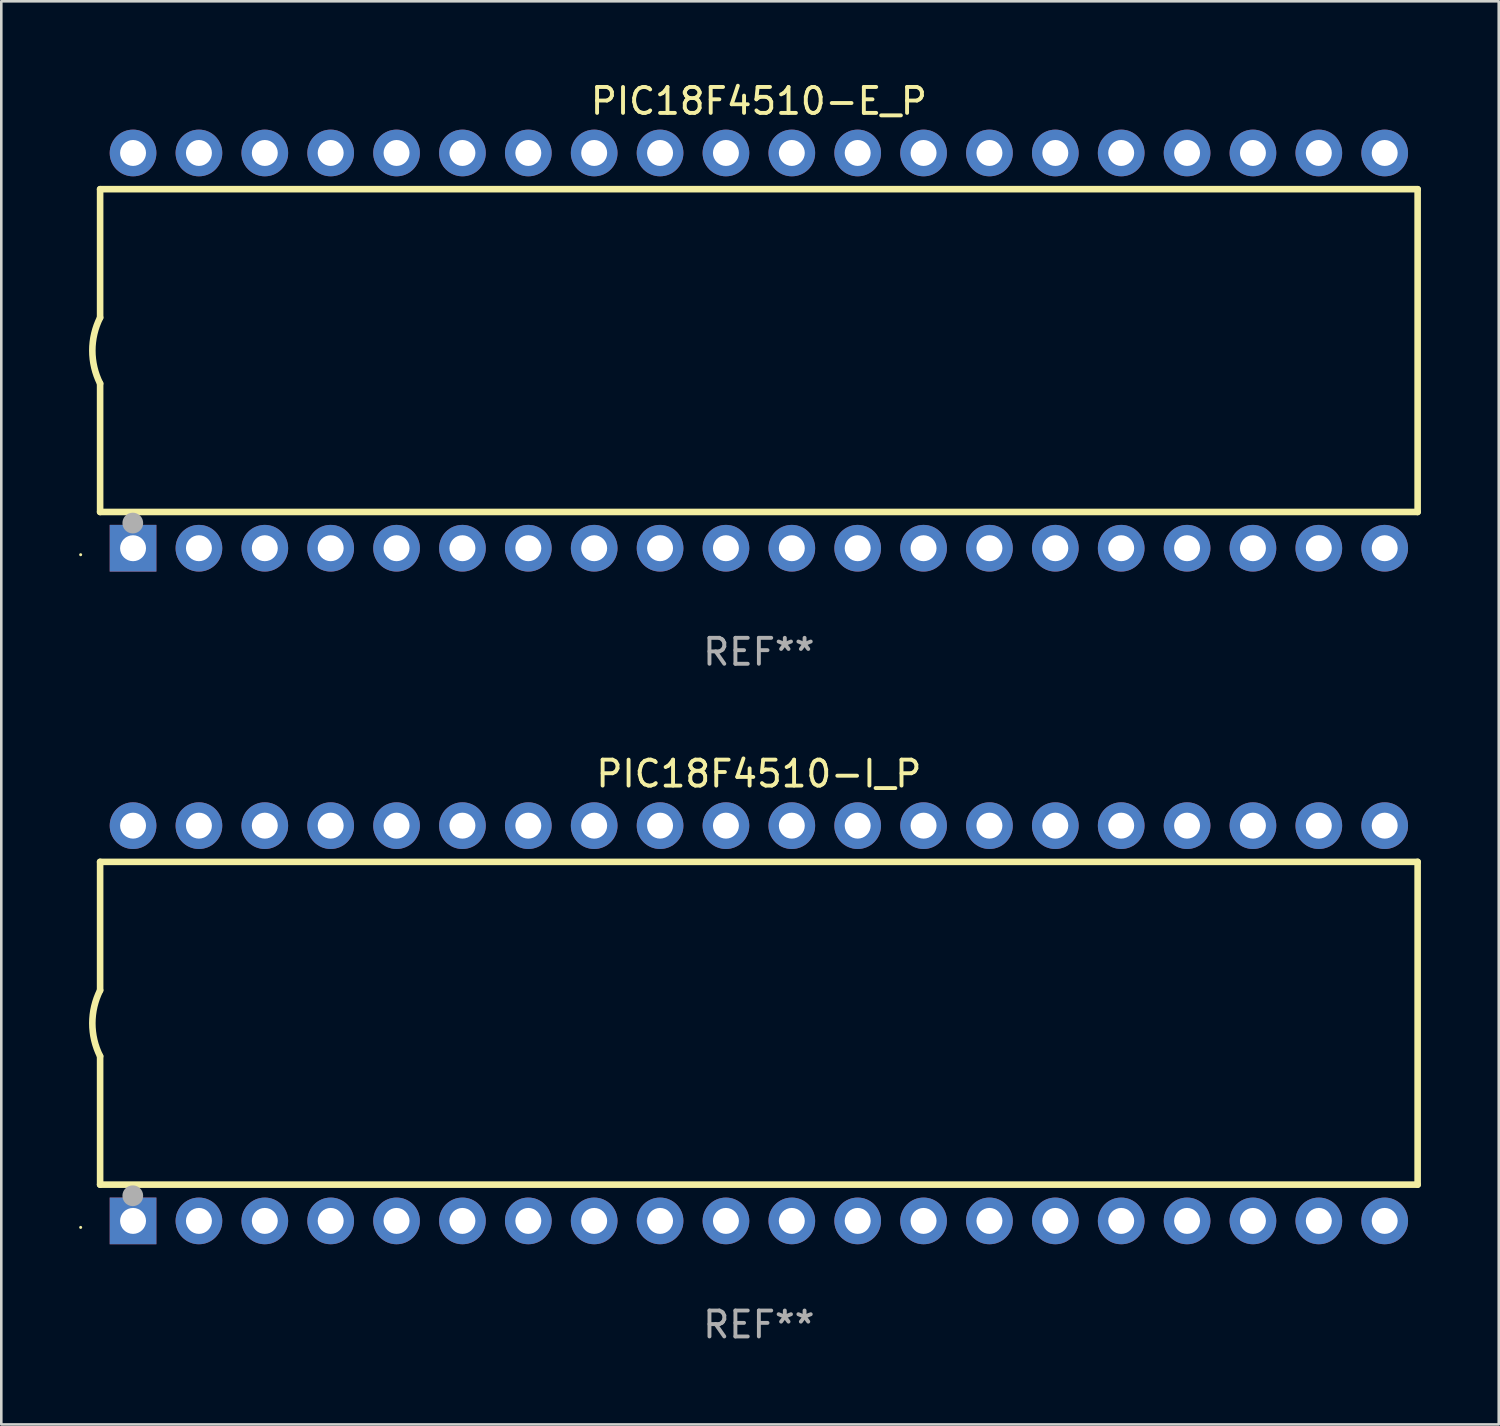
<source format=kicad_pcb>
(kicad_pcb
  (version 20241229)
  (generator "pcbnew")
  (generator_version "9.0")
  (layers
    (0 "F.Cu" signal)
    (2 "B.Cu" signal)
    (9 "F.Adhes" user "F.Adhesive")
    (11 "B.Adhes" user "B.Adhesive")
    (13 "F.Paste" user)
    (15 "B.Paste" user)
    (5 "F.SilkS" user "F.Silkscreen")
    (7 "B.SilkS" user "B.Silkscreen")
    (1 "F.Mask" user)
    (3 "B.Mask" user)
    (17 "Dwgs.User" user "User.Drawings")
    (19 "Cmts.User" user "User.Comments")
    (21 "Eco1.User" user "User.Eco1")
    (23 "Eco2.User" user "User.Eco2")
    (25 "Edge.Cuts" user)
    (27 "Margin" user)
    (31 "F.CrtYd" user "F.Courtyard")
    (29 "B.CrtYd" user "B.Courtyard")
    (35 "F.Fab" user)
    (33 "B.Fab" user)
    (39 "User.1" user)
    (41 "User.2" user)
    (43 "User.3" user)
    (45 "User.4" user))
  (footprint "PIC18F4510-E_P"
    (layer "F.Cu")
    (at 26.21 10.468)
    (property "Reference" "PIC18F4510-E_P" (at 0 -9.62 0) (layer "F.SilkS") (effects (font (size 1 1) (thickness 0.15))))
    (attr through_hole)
    (fp_line (start -25.4 -6.224) (end -25.4 -1.271) (stroke (width 0.254) (type solid)) (layer "F.SilkS"))
    (fp_line (start -25.4 -6.224) (end 25.4 -6.224) (stroke (width 0.254) (type solid)) (layer "F.SilkS"))
    (fp_line (start -25.4 1.269) (end -25.4 6.222) (stroke (width 0.254) (type solid)) (layer "F.SilkS"))
    (fp_line (start -25.4 6.222) (end 25.4 6.222) (stroke (width 0.254) (type solid)) (layer "F.SilkS"))
    (fp_line (start 25.4 6.222) (end 25.4 -6.224) (stroke (width 0.254) (type solid)) (layer "F.SilkS"))
    (fp_arc (start -25.4 1.269241) (mid -25.699807 -0.000762) (end -25.4 -1.270765) (stroke (width 0.254001) (type solid)) (layer "F.SilkS"))
    (fp_circle (center -26.15 7.87) (end -26.12 7.87) (stroke (width 0.06) (type solid)) (fill no) (layer "F.SilkS"))
    (fp_circle (center -24.14 6.65) (end -23.94 6.65) (stroke (width 0.4) (type solid)) (fill no) (layer "F.Fab"))
    (fp_text user "REF**" (at 0 11.62 0) (layer "F.Fab") (effects (font (size 1 1) (thickness 0.15))))
    (pad "1" thru_hole rect (at -24.13 7.62 90) (size 1.8 1.8) (drill 1) (layers "*.Cu" "*.Mask"))
    (pad "2" thru_hole circle (at -21.59 7.62) (size 1.8 1.8) (drill 1) (layers "*.Cu" "*.Mask"))
    (pad "3" thru_hole circle (at -19.05 7.62) (size 1.8 1.8) (drill 1) (layers "*.Cu" "*.Mask"))
    (pad "4" thru_hole circle (at -16.51 7.62) (size 1.8 1.8) (drill 1) (layers "*.Cu" "*.Mask"))
    (pad "5" thru_hole circle (at -13.97 7.62) (size 1.8 1.8) (drill 1) (layers "*.Cu" "*.Mask"))
    (pad "6" thru_hole circle (at -11.43 7.62) (size 1.8 1.8) (drill 1) (layers "*.Cu" "*.Mask"))
    (pad "7" thru_hole circle (at -8.89 7.62) (size 1.8 1.8) (drill 1) (layers "*.Cu" "*.Mask"))
    (pad "8" thru_hole circle (at -6.35 7.62) (size 1.8 1.8) (drill 1) (layers "*.Cu" "*.Mask"))
    (pad "9" thru_hole circle (at -3.81 7.62) (size 1.8 1.8) (drill 1) (layers "*.Cu" "*.Mask"))
    (pad "10" thru_hole circle (at -1.27 7.62) (size 1.8 1.8) (drill 1) (layers "*.Cu" "*.Mask"))
    (pad "11" thru_hole circle (at 1.27 7.62) (size 1.8 1.8) (drill 1) (layers "*.Cu" "*.Mask"))
    (pad "12" thru_hole circle (at 3.81 7.62) (size 1.8 1.8) (drill 1) (layers "*.Cu" "*.Mask"))
    (pad "13" thru_hole circle (at 6.35 7.62) (size 1.8 1.8) (drill 1) (layers "*.Cu" "*.Mask"))
    (pad "14" thru_hole circle (at 8.89 7.62) (size 1.8 1.8) (drill 1) (layers "*.Cu" "*.Mask"))
    (pad "15" thru_hole circle (at 11.43 7.62) (size 1.8 1.8) (drill 1) (layers "*.Cu" "*.Mask"))
    (pad "16" thru_hole circle (at 13.97 7.62) (size 1.8 1.8) (drill 1) (layers "*.Cu" "*.Mask"))
    (pad "17" thru_hole circle (at 16.51 7.62) (size 1.8 1.8) (drill 1) (layers "*.Cu" "*.Mask"))
    (pad "18" thru_hole circle (at 19.05 7.62) (size 1.8 1.8) (drill 1) (layers "*.Cu" "*.Mask"))
    (pad "19" thru_hole circle (at 21.59 7.62) (size 1.8 1.8) (drill 1) (layers "*.Cu" "*.Mask"))
    (pad "20" thru_hole circle (at 24.13 7.62) (size 1.8 1.8) (drill 1) (layers "*.Cu" "*.Mask"))
    (pad "21" thru_hole circle (at 24.13 -7.62) (size 1.8 1.8) (drill 1) (layers "*.Cu" "*.Mask"))
    (pad "22" thru_hole circle (at 21.59 -7.62) (size 1.8 1.8) (drill 1) (layers "*.Cu" "*.Mask"))
    (pad "23" thru_hole circle (at 19.05 -7.62) (size 1.8 1.8) (drill 1) (layers "*.Cu" "*.Mask"))
    (pad "24" thru_hole circle (at 16.51 -7.62) (size 1.8 1.8) (drill 1) (layers "*.Cu" "*.Mask"))
    (pad "25" thru_hole circle (at 13.97 -7.62) (size 1.8 1.8) (drill 1) (layers "*.Cu" "*.Mask"))
    (pad "26" thru_hole circle (at 11.43 -7.62) (size 1.8 1.8) (drill 1) (layers "*.Cu" "*.Mask"))
    (pad "27" thru_hole circle (at 8.89 -7.62) (size 1.8 1.8) (drill 1) (layers "*.Cu" "*.Mask"))
    (pad "28" thru_hole circle (at 6.35 -7.62) (size 1.8 1.8) (drill 1) (layers "*.Cu" "*.Mask"))
    (pad "29" thru_hole circle (at 3.81 -7.62) (size 1.8 1.8) (drill 1) (layers "*.Cu" "*.Mask"))
    (pad "30" thru_hole circle (at 1.27 -7.62) (size 1.8 1.8) (drill 1) (layers "*.Cu" "*.Mask"))
    (pad "31" thru_hole circle (at -1.27 -7.62) (size 1.8 1.8) (drill 1) (layers "*.Cu" "*.Mask"))
    (pad "32" thru_hole circle (at -3.81 -7.62) (size 1.8 1.8) (drill 1) (layers "*.Cu" "*.Mask"))
    (pad "33" thru_hole circle (at -6.35 -7.62) (size 1.8 1.8) (drill 1) (layers "*.Cu" "*.Mask"))
    (pad "34" thru_hole circle (at -8.89 -7.62) (size 1.8 1.8) (drill 1) (layers "*.Cu" "*.Mask"))
    (pad "35" thru_hole circle (at -11.43 -7.62) (size 1.8 1.8) (drill 1) (layers "*.Cu" "*.Mask"))
    (pad "36" thru_hole circle (at -13.97 -7.62) (size 1.8 1.8) (drill 1) (layers "*.Cu" "*.Mask"))
    (pad "37" thru_hole circle (at -16.51 -7.62) (size 1.8 1.8) (drill 1) (layers "*.Cu" "*.Mask"))
    (pad "38" thru_hole circle (at -19.05 -7.62) (size 1.8 1.8) (drill 1) (layers "*.Cu" "*.Mask"))
    (pad "39" thru_hole circle (at -21.59 -7.62) (size 1.8 1.8) (drill 1) (layers "*.Cu" "*.Mask"))
    (pad "40" thru_hole circle (at -24.13 -7.62) (size 1.8 1.8) (drill 1) (layers "*.Cu" "*.Mask")))
  (footprint "PIC18F4510-I_P"
    (layer "F.Cu")
    (at 26.21 36.405)
    (property "Reference" "PIC18F4510-I_P" (at 0 -9.62 0) (layer "F.SilkS") (effects (font (size 1 1) (thickness 0.15))))
    (attr through_hole)
    (fp_line (start -25.4 -6.224) (end -25.4 -1.271) (stroke (width 0.254) (type solid)) (layer "F.SilkS"))
    (fp_line (start -25.4 -6.224) (end 25.4 -6.224) (stroke (width 0.254) (type solid)) (layer "F.SilkS"))
    (fp_line (start -25.4 1.269) (end -25.4 6.222) (stroke (width 0.254) (type solid)) (layer "F.SilkS"))
    (fp_line (start -25.4 6.222) (end 25.4 6.222) (stroke (width 0.254) (type solid)) (layer "F.SilkS"))
    (fp_line (start 25.4 6.222) (end 25.4 -6.224) (stroke (width 0.254) (type solid)) (layer "F.SilkS"))
    (fp_arc (start -25.4 1.269241) (mid -25.699807 -0.000762) (end -25.4 -1.270765) (stroke (width 0.254001) (type solid)) (layer "F.SilkS"))
    (fp_circle (center -26.15 7.87) (end -26.12 7.87) (stroke (width 0.06) (type solid)) (fill no) (layer "F.SilkS"))
    (fp_circle (center -24.14 6.65) (end -23.94 6.65) (stroke (width 0.4) (type solid)) (fill no) (layer "F.Fab"))
    (fp_text user "REF**" (at 0 11.62 0) (layer "F.Fab") (effects (font (size 1 1) (thickness 0.15))))
    (pad "1" thru_hole rect (at -24.13 7.62 90) (size 1.8 1.8) (drill 1) (layers "*.Cu" "*.Mask"))
    (pad "2" thru_hole circle (at -21.59 7.62) (size 1.8 1.8) (drill 1) (layers "*.Cu" "*.Mask"))
    (pad "3" thru_hole circle (at -19.05 7.62) (size 1.8 1.8) (drill 1) (layers "*.Cu" "*.Mask"))
    (pad "4" thru_hole circle (at -16.51 7.62) (size 1.8 1.8) (drill 1) (layers "*.Cu" "*.Mask"))
    (pad "5" thru_hole circle (at -13.97 7.62) (size 1.8 1.8) (drill 1) (layers "*.Cu" "*.Mask"))
    (pad "6" thru_hole circle (at -11.43 7.62) (size 1.8 1.8) (drill 1) (layers "*.Cu" "*.Mask"))
    (pad "7" thru_hole circle (at -8.89 7.62) (size 1.8 1.8) (drill 1) (layers "*.Cu" "*.Mask"))
    (pad "8" thru_hole circle (at -6.35 7.62) (size 1.8 1.8) (drill 1) (layers "*.Cu" "*.Mask"))
    (pad "9" thru_hole circle (at -3.81 7.62) (size 1.8 1.8) (drill 1) (layers "*.Cu" "*.Mask"))
    (pad "10" thru_hole circle (at -1.27 7.62) (size 1.8 1.8) (drill 1) (layers "*.Cu" "*.Mask"))
    (pad "11" thru_hole circle (at 1.27 7.62) (size 1.8 1.8) (drill 1) (layers "*.Cu" "*.Mask"))
    (pad "12" thru_hole circle (at 3.81 7.62) (size 1.8 1.8) (drill 1) (layers "*.Cu" "*.Mask"))
    (pad "13" thru_hole circle (at 6.35 7.62) (size 1.8 1.8) (drill 1) (layers "*.Cu" "*.Mask"))
    (pad "14" thru_hole circle (at 8.89 7.62) (size 1.8 1.8) (drill 1) (layers "*.Cu" "*.Mask"))
    (pad "15" thru_hole circle (at 11.43 7.62) (size 1.8 1.8) (drill 1) (layers "*.Cu" "*.Mask"))
    (pad "16" thru_hole circle (at 13.97 7.62) (size 1.8 1.8) (drill 1) (layers "*.Cu" "*.Mask"))
    (pad "17" thru_hole circle (at 16.51 7.62) (size 1.8 1.8) (drill 1) (layers "*.Cu" "*.Mask"))
    (pad "18" thru_hole circle (at 19.05 7.62) (size 1.8 1.8) (drill 1) (layers "*.Cu" "*.Mask"))
    (pad "19" thru_hole circle (at 21.59 7.62) (size 1.8 1.8) (drill 1) (layers "*.Cu" "*.Mask"))
    (pad "20" thru_hole circle (at 24.13 7.62) (size 1.8 1.8) (drill 1) (layers "*.Cu" "*.Mask"))
    (pad "21" thru_hole circle (at 24.13 -7.62) (size 1.8 1.8) (drill 1) (layers "*.Cu" "*.Mask"))
    (pad "22" thru_hole circle (at 21.59 -7.62) (size 1.8 1.8) (drill 1) (layers "*.Cu" "*.Mask"))
    (pad "23" thru_hole circle (at 19.05 -7.62) (size 1.8 1.8) (drill 1) (layers "*.Cu" "*.Mask"))
    (pad "24" thru_hole circle (at 16.51 -7.62) (size 1.8 1.8) (drill 1) (layers "*.Cu" "*.Mask"))
    (pad "25" thru_hole circle (at 13.97 -7.62) (size 1.8 1.8) (drill 1) (layers "*.Cu" "*.Mask"))
    (pad "26" thru_hole circle (at 11.43 -7.62) (size 1.8 1.8) (drill 1) (layers "*.Cu" "*.Mask"))
    (pad "27" thru_hole circle (at 8.89 -7.62) (size 1.8 1.8) (drill 1) (layers "*.Cu" "*.Mask"))
    (pad "28" thru_hole circle (at 6.35 -7.62) (size 1.8 1.8) (drill 1) (layers "*.Cu" "*.Mask"))
    (pad "29" thru_hole circle (at 3.81 -7.62) (size 1.8 1.8) (drill 1) (layers "*.Cu" "*.Mask"))
    (pad "30" thru_hole circle (at 1.27 -7.62) (size 1.8 1.8) (drill 1) (layers "*.Cu" "*.Mask"))
    (pad "31" thru_hole circle (at -1.27 -7.62) (size 1.8 1.8) (drill 1) (layers "*.Cu" "*.Mask"))
    (pad "32" thru_hole circle (at -3.81 -7.62) (size 1.8 1.8) (drill 1) (layers "*.Cu" "*.Mask"))
    (pad "33" thru_hole circle (at -6.35 -7.62) (size 1.8 1.8) (drill 1) (layers "*.Cu" "*.Mask"))
    (pad "34" thru_hole circle (at -8.89 -7.62) (size 1.8 1.8) (drill 1) (layers "*.Cu" "*.Mask"))
    (pad "35" thru_hole circle (at -11.43 -7.62) (size 1.8 1.8) (drill 1) (layers "*.Cu" "*.Mask"))
    (pad "36" thru_hole circle (at -13.97 -7.62) (size 1.8 1.8) (drill 1) (layers "*.Cu" "*.Mask"))
    (pad "37" thru_hole circle (at -16.51 -7.62) (size 1.8 1.8) (drill 1) (layers "*.Cu" "*.Mask"))
    (pad "38" thru_hole circle (at -19.05 -7.62) (size 1.8 1.8) (drill 1) (layers "*.Cu" "*.Mask"))
    (pad "39" thru_hole circle (at -21.59 -7.62) (size 1.8 1.8) (drill 1) (layers "*.Cu" "*.Mask"))
    (pad "40" thru_hole circle (at -24.13 -7.62) (size 1.8 1.8) (drill 1) (layers "*.Cu" "*.Mask")))
  (gr_rect
    (start -3 -3)
    (end 54.737 51.873)
    (stroke (width 0.1) (type default))
    (fill no)
    (layer "Edge.Cuts")))
</source>
